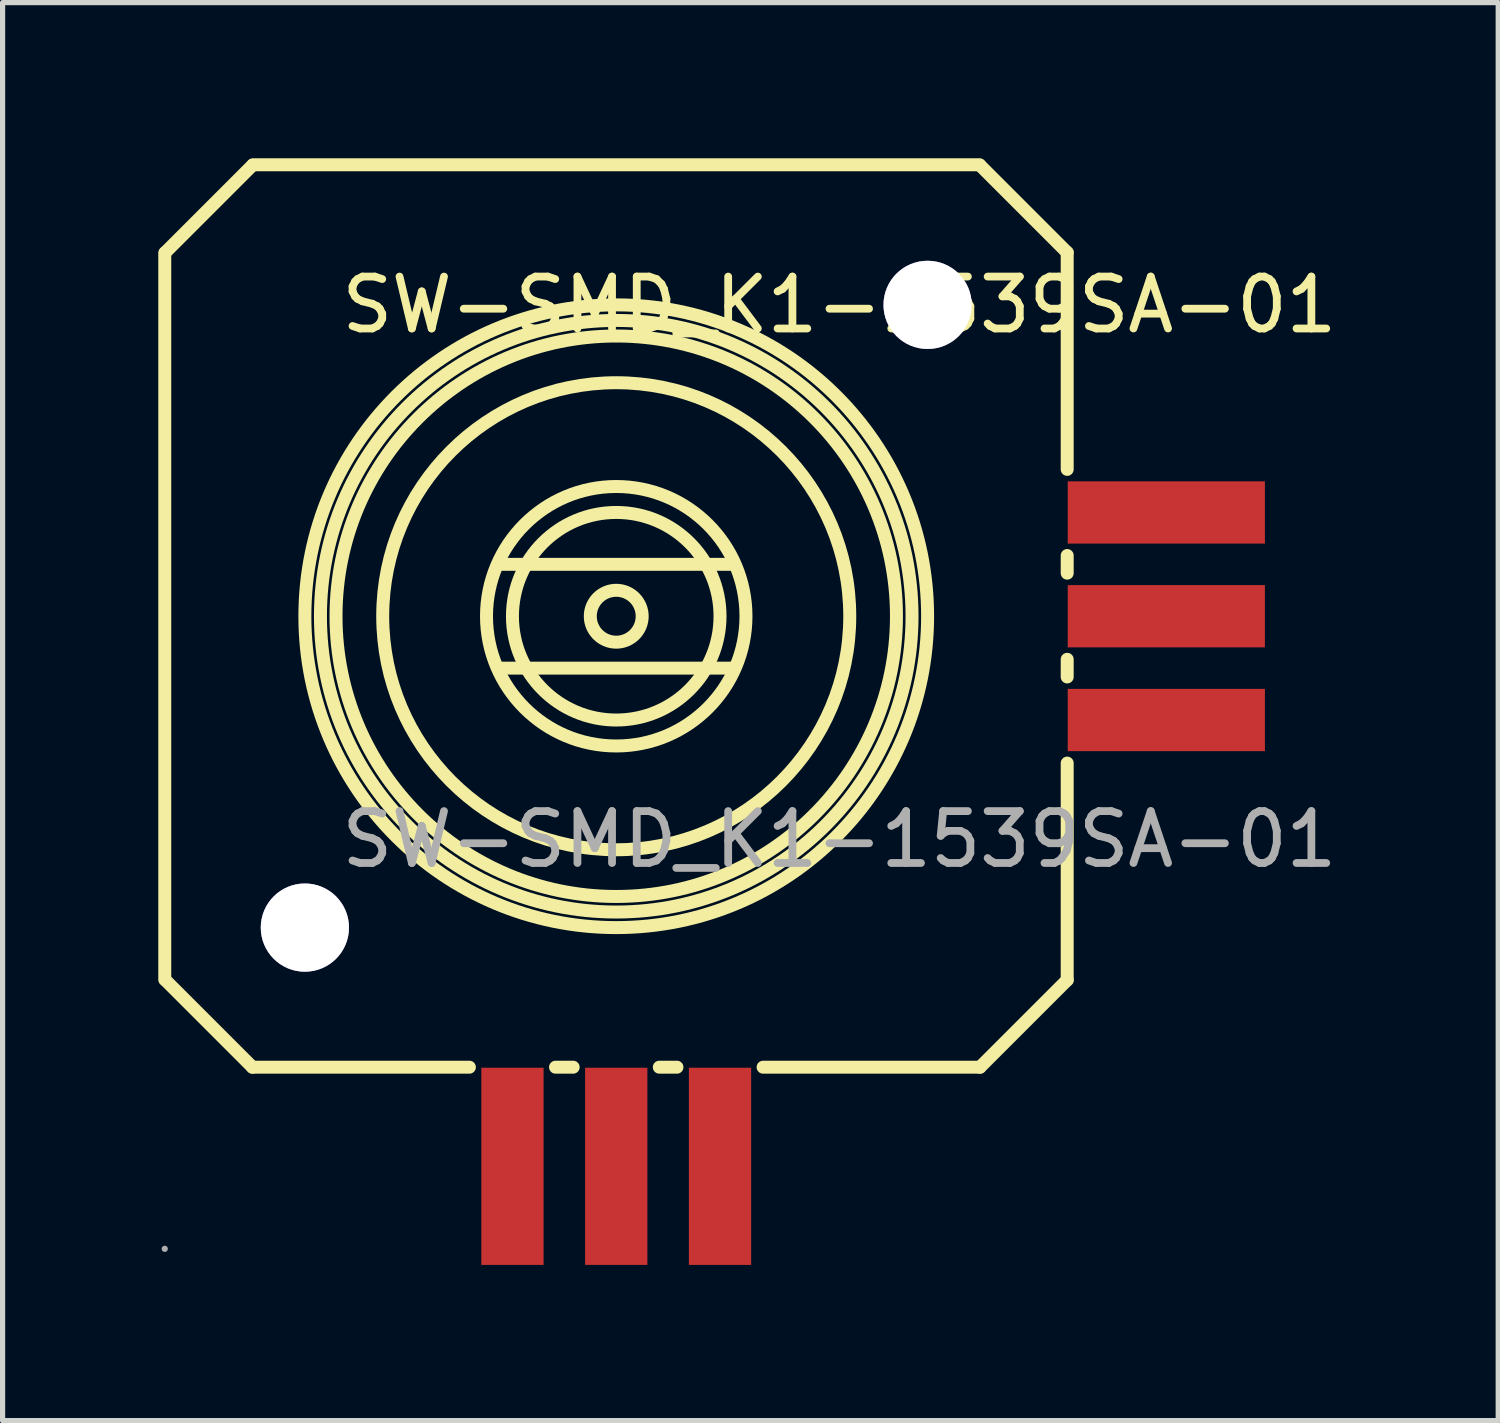
<source format=kicad_pcb>
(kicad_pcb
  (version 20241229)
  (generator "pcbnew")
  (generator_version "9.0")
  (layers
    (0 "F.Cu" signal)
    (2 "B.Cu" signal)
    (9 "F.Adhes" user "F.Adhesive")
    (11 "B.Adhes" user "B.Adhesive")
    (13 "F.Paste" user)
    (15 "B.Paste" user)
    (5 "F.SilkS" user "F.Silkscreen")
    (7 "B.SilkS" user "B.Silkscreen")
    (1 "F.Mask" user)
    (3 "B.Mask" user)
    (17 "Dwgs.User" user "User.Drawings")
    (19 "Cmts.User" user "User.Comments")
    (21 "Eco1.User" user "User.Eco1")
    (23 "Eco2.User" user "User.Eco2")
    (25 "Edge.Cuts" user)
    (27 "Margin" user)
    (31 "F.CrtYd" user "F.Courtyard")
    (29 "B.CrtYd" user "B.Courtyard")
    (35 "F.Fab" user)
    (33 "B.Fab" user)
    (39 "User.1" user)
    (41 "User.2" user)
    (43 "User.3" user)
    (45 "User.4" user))
  (footprint "SW-SMD_K1-1539SA-01"
    (layer "F.Cu")
    (at 13.125 13.125)
    (property "Reference" "SW-SMD_K1-1539SA-01" (at 0 -10.3 0) (layer "F.SilkS") (effects (font (size 1 1) (thickness 0.15))))
    (attr smd)
    (fp_line (start -13 2.7) (end -13 -11.3) (stroke (width 0.25) (type solid)) (layer "F.SilkS"))
    (fp_line (start -12.99 2.71) (end -11.31 4.39) (stroke (width 0.25) (type solid)) (layer "F.SilkS"))
    (fp_line (start -11.31 -12.99) (end -12.99 -11.31) (stroke (width 0.25) (type solid)) (layer "F.SilkS"))
    (fp_line (start -11.3 -13) (end 2.7 -13) (stroke (width 0.25) (type solid)) (layer "F.SilkS"))
    (fp_line (start -7.13 4.39) (end -11.31 4.39) (stroke (width 0.25) (type solid)) (layer "F.SilkS"))
    (fp_line (start -6.5 -5.3) (end -2.1 -5.3) (stroke (width 0.25) (type solid)) (layer "F.SilkS"))
    (fp_line (start -6.5 -3.3) (end -2.1 -3.3) (stroke (width 0.25) (type solid)) (layer "F.SilkS"))
    (fp_line (start -5.13 4.39) (end -5.47 4.39) (stroke (width 0.25) (type solid)) (layer "F.SilkS"))
    (fp_line (start -3.13 4.39) (end -3.47 4.39) (stroke (width 0.25) (type solid)) (layer "F.SilkS"))
    (fp_line (start 2.71 -12.99) (end 4.39 -11.31) (stroke (width 0.25) (type solid)) (layer "F.SilkS"))
    (fp_line (start 2.71 4.39) (end -1.47 4.39) (stroke (width 0.25) (type solid)) (layer "F.SilkS"))
    (fp_line (start 4.39 -11.31) (end 4.39 -7.13) (stroke (width 0.25) (type solid)) (layer "F.SilkS"))
    (fp_line (start 4.39 -5.47) (end 4.39 -5.13) (stroke (width 0.25) (type solid)) (layer "F.SilkS"))
    (fp_line (start 4.39 -3.47) (end 4.39 -3.13) (stroke (width 0.25) (type solid)) (layer "F.SilkS"))
    (fp_line (start 4.39 -1.47) (end 4.39 2.71) (stroke (width 0.25) (type solid)) (layer "F.SilkS"))
    (fp_line (start 4.39 2.71) (end 2.71 4.39) (stroke (width 0.25) (type solid)) (layer "F.SilkS"))
    (fp_circle (center -4.3 -4.3) (end -3.8 -4.3) (stroke (width 0.25) (type solid)) (fill no) (layer "F.SilkS"))
    (fp_circle (center -4.3 -4.3) (end -2.3 -4.3) (stroke (width 0.25) (type solid)) (fill no) (layer "F.SilkS"))
    (fp_circle (center -4.3 -4.3) (end -1.8 -4.3) (stroke (width 0.25) (type solid)) (fill no) (layer "F.SilkS"))
    (fp_circle (center -4.3 -4.3) (end 0.2 -4.3) (stroke (width 0.25) (type solid)) (fill no) (layer "F.SilkS"))
    (fp_circle (center -4.3 -4.3) (end 1.1 -4.3) (stroke (width 0.25) (type solid)) (fill no) (layer "F.SilkS"))
    (fp_circle (center -4.3 -4.3) (end 1.4 -4.3) (stroke (width 0.25) (type solid)) (fill no) (layer "F.SilkS"))
    (fp_circle (center -4.3 -4.3) (end 1.7 -4.3) (stroke (width 0.25) (type solid)) (fill no) (layer "F.SilkS"))
    (fp_circle (center -10.3 1.7) (end -9.95 1.7) (stroke (width 0.7) (type solid)) (fill no) (layer "Cmts.User"))
    (fp_circle (center 1.7 -10.3) (end 2.05 -10.3) (stroke (width 0.7) (type solid)) (fill no) (layer "Cmts.User"))
    (fp_circle (center -13 7.89) (end -12.97 7.89) (stroke (width 0.06) (type solid)) (fill no) (layer "F.Fab"))
    (fp_text user "${REFERENCE}" (at 0 0 0) (layer "F.Fab") (effects (font (size 1 1) (thickness 0.15))))
    (pad "" thru_hole circle (at -10.3 1.7) (size 1.7 1.7) (drill 1.7) (layers "*.Cu" "*.Mask"))
    (pad "" thru_hole circle (at 1.7 -10.3) (size 1.7 1.7) (drill 1.7) (layers "*.Cu" "*.Mask"))
    (pad "1" smd rect (at -2.3 6.3 90) (size 3.8 1.2) (layers "F.Cu" "F.Mask" "F.Paste"))
    (pad "2" smd rect (at -4.3 6.3 90) (size 3.8 1.2) (layers "F.Cu" "F.Mask" "F.Paste"))
    (pad "3" smd rect (at -6.3 6.3 90) (size 3.8 1.2) (layers "F.Cu" "F.Mask" "F.Paste"))
    (pad "4" smd rect (at 6.3 -6.3 180) (size 3.8 1.2) (layers "F.Cu" "F.Mask" "F.Paste"))
    (pad "5" smd rect (at 6.3 -4.3 180) (size 3.8 1.2) (layers "F.Cu" "F.Mask" "F.Paste"))
    (pad "6" smd rect (at 6.3 -2.3 180) (size 3.8 1.2) (layers "F.Cu" "F.Mask" "F.Paste")))
  (gr_rect
    (start -3 -3)
    (end 25.821 24.325)
    (stroke (width 0.1) (type default))
    (fill no)
    (layer "Edge.Cuts")))
</source>
